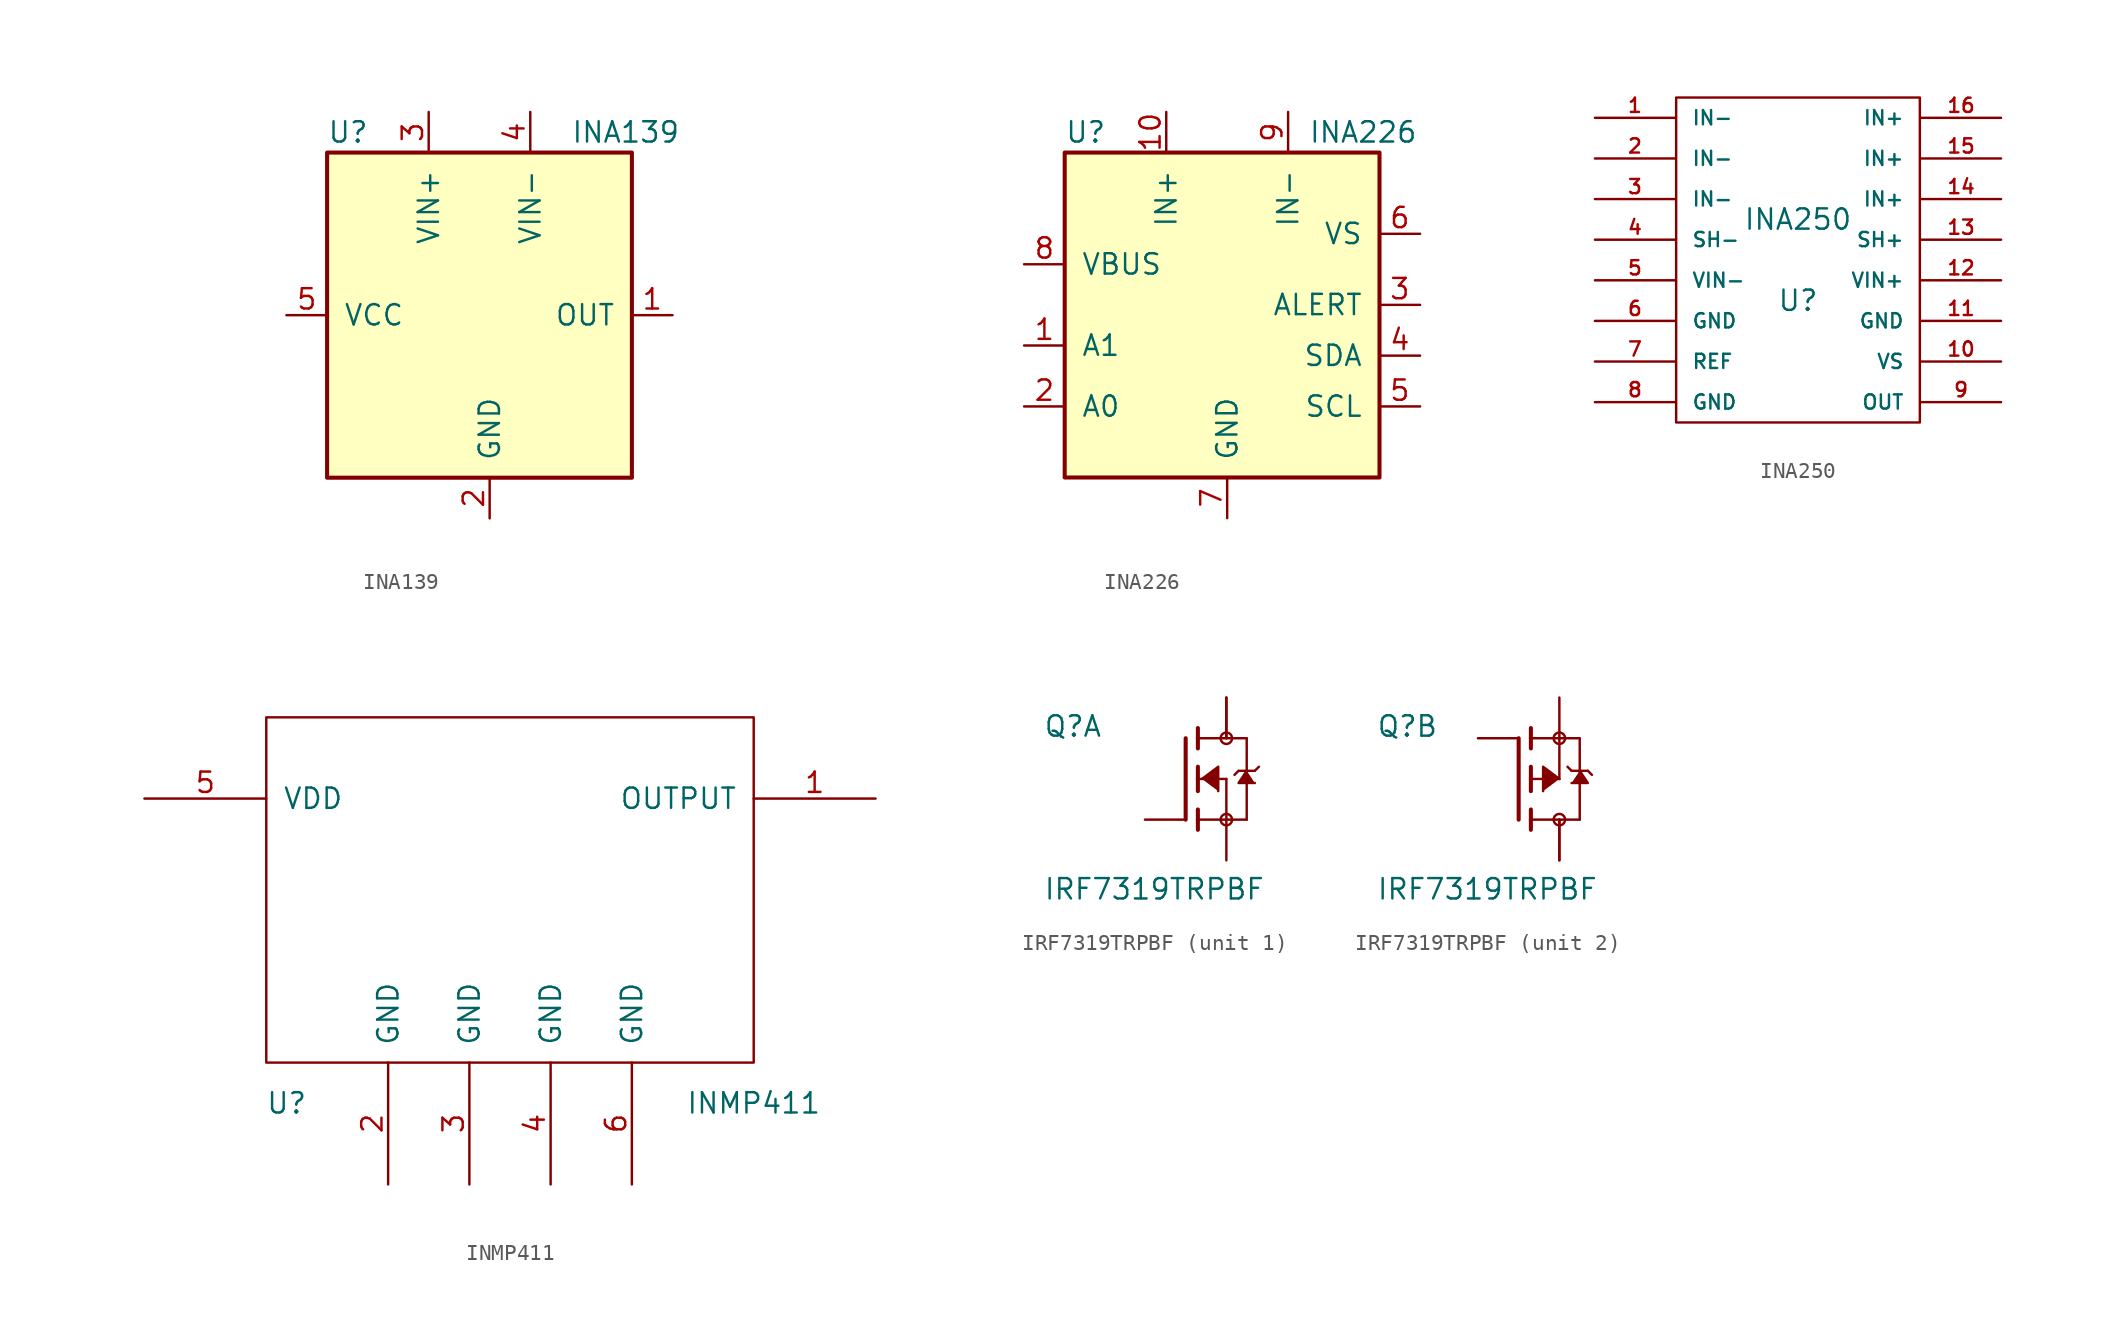
<source format=kicad_sym>
(kicad_symbol_lib
  (version 20211014)
  (generator kicad_symbol_editor)
  (symbol "INA139"
    (pin_names
      (offset 1.016))
    (property "Reference" "U"
      (at -10.16 11.43 0)
      (effects (font (size 1.27 1.27)) (justify left)))
    (property "Value" "INA139"
      (at 5.08 11.43 0)
      (effects (font (size 1.27 1.27)) (justify left)))
    (property "Footprint" ""
      (at 3.81 -1.27 0)
      (effects (font (size 1.27 1.27))))
    (property "Datasheet" ""
      (at -22.86 10.16 0)
      (effects (font (size 1.27 1.27))))
    (symbol "INA139_0_1"
      (rectangle (start 8.89 10.16) (end -10.16 -10.16) (stroke (width 0.254) (type default) (color 0 0 0 0)) (fill (type background))))
    (symbol "INA139_1_1"
      (pin input line (at 11.43 0 180) (length 2.54) (name "OUT" (effects (font (size 1.27 1.27)))) (number "1" (effects (font (size 1.27 1.27)))))
      (pin power_in line (at 0 -12.7 90) (length 2.54) (name "GND" (effects (font (size 1.27 1.27)))) (number "2" (effects (font (size 1.27 1.27)))))
      (pin power_in line (at -3.81 12.7 270) (length 2.54) (name "VIN+" (effects (font (size 1.27 1.27)))) (number "3" (effects (font (size 1.27 1.27)))))
      (pin output line (at 2.54 12.7 270) (length 2.54) (name "VIN-" (effects (font (size 1.27 1.27)))) (number "4" (effects (font (size 1.27 1.27)))))
      (pin input line (at -12.7 0 0) (length 2.54) (name "VCC" (effects (font (size 1.27 1.27)))) (number "5" (effects (font (size 1.27 1.27)))))))
  (symbol "INA226"
    (pin_names
      (offset 1.016))
    (property "Reference" "U"
      (at -10.16 11.43 0)
      (effects (font (size 1.27 1.27)) (justify left)))
    (property "Value" "INA226"
      (at 5.08 11.43 0)
      (effects (font (size 1.27 1.27)) (justify left)))
    (property "Footprint" ""
      (at 3.81 -1.27 0)
      (effects (font (size 1.27 1.27))))
    (property "Datasheet" ""
      (at -22.86 10.16 0)
      (effects (font (size 1.27 1.27))))
    (symbol "INA226_0_1"
      (rectangle (start 9.525 10.16) (end -10.16 -10.16) (stroke (width 0.254) (type default) (color 0 0 0 0)) (fill (type background))))
    (symbol "INA226_1_1"
      (pin input line (at -12.7 -1.905 0) (length 2.54) (name "A1" (effects (font (size 1.27 1.27)))) (number "1" (effects (font (size 1.27 1.27)))))
      (pin power_in line (at -3.81 12.7 270) (length 2.54) (name "IN+" (effects (font (size 1.27 1.27)))) (number "10" (effects (font (size 1.27 1.27)))))
      (pin input line (at -12.7 -5.715 0) (length 2.54) (name "A0" (effects (font (size 1.27 1.27)))) (number "2" (effects (font (size 1.27 1.27)))))
      (pin output line (at 12.065 0.635 180) (length 2.54) (name "ALERT" (effects (font (size 1.27 1.27)))) (number "3" (effects (font (size 1.27 1.27)))))
      (pin input line (at 12.065 -2.54 180) (length 2.54) (name "SDA" (effects (font (size 1.27 1.27)))) (number "4" (effects (font (size 1.27 1.27)))))
      (pin input line (at 12.065 -5.715 180) (length 2.54) (name "SCL" (effects (font (size 1.27 1.27)))) (number "5" (effects (font (size 1.27 1.27)))))
      (pin input line (at 12.065 5.08 180) (length 2.54) (name "VS" (effects (font (size 1.27 1.27)))) (number "6" (effects (font (size 1.27 1.27)))))
      (pin power_in line (at 0 -12.7 90) (length 2.54) (name "GND" (effects (font (size 1.27 1.27)))) (number "7" (effects (font (size 1.27 1.27)))))
      (pin input line (at -12.7 3.175 0) (length 2.54) (name "VBUS" (effects (font (size 1.27 1.27)))) (number "8" (effects (font (size 1.27 1.27)))))
      (pin output line (at 3.81 12.7 270) (length 2.54) (name "IN-" (effects (font (size 1.27 1.27)))) (number "9" (effects (font (size 1.27 1.27)))))))
  (symbol "INA250"
    (pin_names
      (offset 1.016))
    (property "Reference" "U"
      (at 0 -2.54 0)
      (effects (font (size 1.27 1.27))))
    (property "Value" "INA250"
      (at 0 2.54 0)
      (effects (font (size 1.27 1.27))))
    (symbol "INA250_1_0"
      (rectangle (start -7.62 -10.16) (end 7.62 10.16) (stroke (width 0) (type default) (color 0 0 0 0)) (fill (type none))))
    (symbol "INA250_1_1"
      (pin input line (at -12.7 8.89 0) (length 5.004) (name "IN-" (effects (font (size 0.889 0.889)))) (number "1" (effects (font (size 0.889 0.889)))))
      (pin power_in line (at 12.7 -6.35 180) (length 5.004) (name "VS" (effects (font (size 0.889 0.889)))) (number "10" (effects (font (size 0.889 0.889)))))
      (pin input line (at 12.7 -3.81 180) (length 5.004) (name "GND" (effects (font (size 0.889 0.889)))) (number "11" (effects (font (size 0.889 0.889)))))
      (pin input line (at 12.7 -1.27 180) (length 5.004) (name "VIN+" (effects (font (size 0.889 0.889)))) (number "12" (effects (font (size 0.889 0.889)))))
      (pin output line (at 12.7 1.27 180) (length 5.004) (name "SH+" (effects (font (size 0.889 0.889)))) (number "13" (effects (font (size 0.889 0.889)))))
      (pin input line (at 12.7 3.81 180) (length 5.004) (name "IN+" (effects (font (size 0.889 0.889)))) (number "14" (effects (font (size 0.889 0.889)))))
      (pin input line (at 12.7 6.35 180) (length 5.004) (name "IN+" (effects (font (size 0.889 0.889)))) (number "15" (effects (font (size 0.889 0.889)))))
      (pin input line (at 12.7 8.89 180) (length 5.004) (name "IN+" (effects (font (size 0.889 0.889)))) (number "16" (effects (font (size 0.889 0.889)))))
      (pin input line (at -12.7 6.35 0) (length 5.004) (name "IN-" (effects (font (size 0.889 0.889)))) (number "2" (effects (font (size 0.889 0.889)))))
      (pin input line (at -12.7 3.81 0) (length 5.004) (name "IN-" (effects (font (size 0.889 0.889)))) (number "3" (effects (font (size 0.889 0.889)))))
      (pin output line (at -12.7 1.27 0) (length 5.004) (name "SH-" (effects (font (size 0.889 0.889)))) (number "4" (effects (font (size 0.889 0.889)))))
      (pin input line (at -12.7 -1.27 0) (length 5.004) (name "VIN-" (effects (font (size 0.889 0.889)))) (number "5" (effects (font (size 0.889 0.889)))))
      (pin input line (at -12.7 -3.81 0) (length 5.004) (name "GND" (effects (font (size 0.889 0.889)))) (number "6" (effects (font (size 0.889 0.889)))))
      (pin input line (at -12.7 -6.35 0) (length 5.004) (name "REF" (effects (font (size 0.889 0.889)))) (number "7" (effects (font (size 0.889 0.889)))))
      (pin input line (at -12.7 -8.89 0) (length 5.004) (name "GND" (effects (font (size 0.889 0.889)))) (number "8" (effects (font (size 0.889 0.889)))))
      (pin output line (at 12.7 -8.89 180) (length 5.004) (name "OUT" (effects (font (size 0.889 0.889)))) (number "9" (effects (font (size 0.889 0.889)))))))
  (symbol "INMP411"
    (pin_names
      (offset 1.016))
    (property "Reference" "U"
      (at -13.97 -13.97 0)
      (effects (font (size 1.27 1.27))))
    (property "Value" "INMP411"
      (at 15.24 -13.97 0)
      (effects (font (size 1.27 1.27))))
    (symbol "INMP411_1_0"
      (rectangle (start -15.24 -11.43) (end 15.24 10.16) (stroke (width 0) (type default) (color 0 0 0 0)) (fill (type none))))
    (symbol "INMP411_1_1"
      (pin input line (at 22.86 5.08 180) (length 7.62) (name "OUTPUT" (effects (font (size 1.27 1.27)))) (number "1" (effects (font (size 1.27 1.27)))))
      (pin input line (at -7.62 -19.05 90) (length 7.62) (name "GND" (effects (font (size 1.27 1.27)))) (number "2" (effects (font (size 1.27 1.27)))))
      (pin input line (at -2.54 -19.05 90) (length 7.62) (name "GND" (effects (font (size 1.27 1.27)))) (number "3" (effects (font (size 1.27 1.27)))))
      (pin input line (at 2.54 -19.05 90) (length 7.62) (name "GND" (effects (font (size 1.27 1.27)))) (number "4" (effects (font (size 1.27 1.27)))))
      (pin input line (at -22.86 5.08 0) (length 7.62) (name "VDD" (effects (font (size 1.27 1.27)))) (number "5" (effects (font (size 1.27 1.27)))))
      (pin input line (at 7.62 -19.05 90) (length 7.62) (name "GND" (effects (font (size 1.27 1.27)))) (number "6" (effects (font (size 1.27 1.27)))))))
  (symbol "IRF7319TRPBF"
    (pin_numbers hide)
    (pin_names
      (offset 1.016) hide)
    (property "Reference" "Q"
      (at -8.89 2.54 0)
      (effects (font (size 1.27 1.27)) (justify left bottom)))
    (property "Value" "IRF7319TRPBF"
      (at -8.89 -7.62 0)
      (effects (font (size 1.27 1.27)) (justify left bottom)))
    (property "ki_locked" ""
      (at 0 0 0)
      (effects (font (size 1.27 1.27))))
    (symbol "IRF7319TRPBF_1_0"
      (polyline (pts (xy 0 2.54) (xy 0 -2.54)) (stroke (width 0.254) (type default) (color 0 0 0 0)) (fill (type none)))
      (polyline (pts (xy 0.762 -2.54) (xy 0.762 -3.175)) (stroke (width 0.254) (type default) (color 0 0 0 0)) (fill (type none)))
      (polyline (pts (xy 0.762 -1.905) (xy 0.762 -2.54)) (stroke (width 0.254) (type default) (color 0 0 0 0)) (fill (type none)))
      (polyline (pts (xy 0.762 0) (xy 0.762 -0.762)) (stroke (width 0.254) (type default) (color 0 0 0 0)) (fill (type none)))
      (polyline (pts (xy 0.762 0) (xy 2.54 0)) (stroke (width 0.152) (type default) (color 0 0 0 0)) (fill (type none)))
      (polyline (pts (xy 0.762 0.762) (xy 0.762 0)) (stroke (width 0.254) (type default) (color 0 0 0 0)) (fill (type none)))
      (polyline (pts (xy 0.762 2.54) (xy 0.762 1.905)) (stroke (width 0.254) (type default) (color 0 0 0 0)) (fill (type none)))
      (polyline (pts (xy 0.762 2.54) (xy 3.81 2.54)) (stroke (width 0.152) (type default) (color 0 0 0 0)) (fill (type none)))
      (polyline (pts (xy 0.762 3.175) (xy 0.762 2.54)) (stroke (width 0.254) (type default) (color 0 0 0 0)) (fill (type none)))
      (polyline (pts (xy 2.54 -2.54) (xy 0.762 -2.54)) (stroke (width 0.152) (type default) (color 0 0 0 0)) (fill (type none)))
      (polyline (pts (xy 2.54 -2.54) (xy 3.81 -2.54)) (stroke (width 0.152) (type default) (color 0 0 0 0)) (fill (type none)))
      (polyline (pts (xy 2.54 0) (xy 2.54 -2.54)) (stroke (width 0.152) (type default) (color 0 0 0 0)) (fill (type none)))
      (polyline (pts (xy 3.302 0.508) (xy 3.048 0.254)) (stroke (width 0.152) (type default) (color 0 0 0 0)) (fill (type none)))
      (polyline (pts (xy 3.81 0.508) (xy 3.302 0.508)) (stroke (width 0.152) (type default) (color 0 0 0 0)) (fill (type none)))
      (polyline (pts (xy 3.81 0.508) (xy 3.81 -2.54)) (stroke (width 0.152) (type default) (color 0 0 0 0)) (fill (type none)))
      (polyline (pts (xy 3.81 2.54) (xy 3.81 0.508)) (stroke (width 0.152) (type default) (color 0 0 0 0)) (fill (type none)))
      (polyline (pts (xy 4.318 0.508) (xy 3.81 0.508)) (stroke (width 0.152) (type default) (color 0 0 0 0)) (fill (type none)))
      (polyline (pts (xy 4.572 0.762) (xy 4.318 0.508)) (stroke (width 0.152) (type default) (color 0 0 0 0)) (fill (type none)))
      (polyline (pts (xy 1.016 0) (xy 2.032 0.762) (xy 2.032 -0.762)) (stroke (width 0.152) (type default) (color 0 0 0 0)) (fill (type outline)))
      (polyline (pts (xy 3.81 0.508) (xy 3.302 -0.254) (xy 4.318 -0.254)) (stroke (width 0.152) (type default) (color 0 0 0 0)) (fill (type outline)))
      (circle (center 2.54 -2.54) (radius 0.356) (stroke (width 0) (type default) (color 0 0 0 0)) (fill (type none)))
      (circle (center 2.54 2.54) (radius 0.356) (stroke (width 0) (type default) (color 0 0 0 0)) (fill (type none)))
      (pin passive line (at 2.54 -5.08 90) (length 2.54) (name "S" (effects (font (size 1.016 1.016)))) (number "1" (effects (font (size 1.016 1.016)))))
      (pin passive line (at -2.54 -2.54 0) (length 2.54) (name "G" (effects (font (size 1.016 1.016)))) (number "2" (effects (font (size 1.016 1.016)))))
      (pin passive line (at 2.54 5.08 270) (length 2.54) (name "D" (effects (font (size 1.016 1.016)))) (number "7" (effects (font (size 1.016 1.016)))))
      (pin passive line (at 2.54 5.08 270) (length 2.54) (name "D" (effects (font (size 1.016 1.016)))) (number "8" (effects (font (size 1.016 1.016))))))
    (symbol "IRF7319TRPBF_2_0"
      (polyline (pts (xy 0 -2.54) (xy 0 2.54)) (stroke (width 0.254) (type default) (color 0 0 0 0)) (fill (type none)))
      (polyline (pts (xy 0.762 -3.175) (xy 0.762 -2.54)) (stroke (width 0.254) (type default) (color 0 0 0 0)) (fill (type none)))
      (polyline (pts (xy 0.762 -2.54) (xy 0.762 -1.905)) (stroke (width 0.254) (type default) (color 0 0 0 0)) (fill (type none)))
      (polyline (pts (xy 0.762 -2.54) (xy 3.81 -2.54)) (stroke (width 0.152) (type default) (color 0 0 0 0)) (fill (type none)))
      (polyline (pts (xy 0.762 -0.762) (xy 0.762 0)) (stroke (width 0.254) (type default) (color 0 0 0 0)) (fill (type none)))
      (polyline (pts (xy 0.762 0) (xy 0.762 0.762)) (stroke (width 0.254) (type default) (color 0 0 0 0)) (fill (type none)))
      (polyline (pts (xy 0.762 0) (xy 2.54 0)) (stroke (width 0.152) (type default) (color 0 0 0 0)) (fill (type none)))
      (polyline (pts (xy 0.762 1.905) (xy 0.762 2.54)) (stroke (width 0.254) (type default) (color 0 0 0 0)) (fill (type none)))
      (polyline (pts (xy 0.762 2.54) (xy 0.762 3.175)) (stroke (width 0.254) (type default) (color 0 0 0 0)) (fill (type none)))
      (polyline (pts (xy 2.54 0) (xy 2.54 2.54)) (stroke (width 0.152) (type default) (color 0 0 0 0)) (fill (type none)))
      (polyline (pts (xy 2.54 2.54) (xy 0.762 2.54)) (stroke (width 0.152) (type default) (color 0 0 0 0)) (fill (type none)))
      (polyline (pts (xy 2.54 2.54) (xy 3.81 2.54)) (stroke (width 0.152) (type default) (color 0 0 0 0)) (fill (type none)))
      (polyline (pts (xy 3.048 0.762) (xy 3.302 0.508)) (stroke (width 0.152) (type default) (color 0 0 0 0)) (fill (type none)))
      (polyline (pts (xy 3.302 0.508) (xy 3.81 0.508)) (stroke (width 0.152) (type default) (color 0 0 0 0)) (fill (type none)))
      (polyline (pts (xy 3.81 -2.54) (xy 3.81 0.508)) (stroke (width 0.152) (type default) (color 0 0 0 0)) (fill (type none)))
      (polyline (pts (xy 3.81 0.508) (xy 3.81 2.54)) (stroke (width 0.152) (type default) (color 0 0 0 0)) (fill (type none)))
      (polyline (pts (xy 3.81 0.508) (xy 4.318 0.508)) (stroke (width 0.152) (type default) (color 0 0 0 0)) (fill (type none)))
      (polyline (pts (xy 4.318 0.508) (xy 4.572 0.254)) (stroke (width 0.152) (type default) (color 0 0 0 0)) (fill (type none)))
      (polyline (pts (xy 2.54 0) (xy 1.524 0.762) (xy 1.524 -0.762)) (stroke (width 0.152) (type default) (color 0 0 0 0)) (fill (type outline)))
      (polyline (pts (xy 3.81 0.508) (xy 4.318 -0.254) (xy 3.302 -0.254)) (stroke (width 0.152) (type default) (color 0 0 0 0)) (fill (type outline)))
      (circle (center 2.54 -2.54) (radius 0.356) (stroke (width 0) (type default) (color 0 0 0 0)) (fill (type none)))
      (circle (center 2.54 2.54) (radius 0.356) (stroke (width 0) (type default) (color 0 0 0 0)) (fill (type none)))
      (pin passive line (at 2.54 5.08 270) (length 2.54) (name "S" (effects (font (size 1.016 1.016)))) (number "3" (effects (font (size 1.016 1.016)))))
      (pin passive line (at -2.54 2.54 0) (length 2.54) (name "G" (effects (font (size 1.016 1.016)))) (number "4" (effects (font (size 1.016 1.016)))))
      (pin passive line (at 2.54 -5.08 90) (length 2.54) (name "D" (effects (font (size 1.016 1.016)))) (number "5" (effects (font (size 1.016 1.016)))))
      (pin passive line (at 2.54 -5.08 90) (length 2.54) (name "D" (effects (font (size 1.016 1.016)))) (number "6" (effects (font (size 1.016 1.016))))))))
</source>
